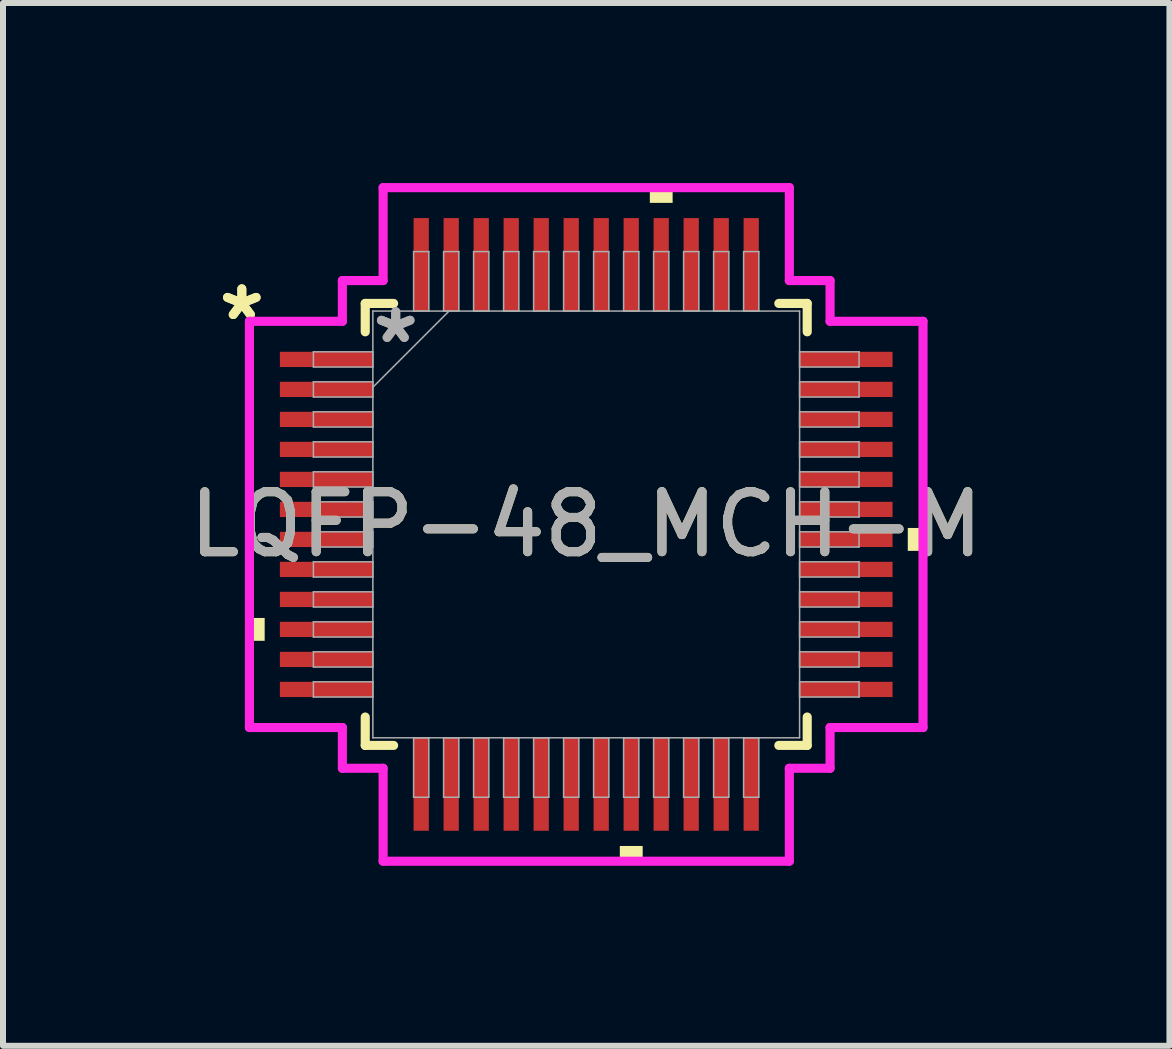
<source format=kicad_pcb>
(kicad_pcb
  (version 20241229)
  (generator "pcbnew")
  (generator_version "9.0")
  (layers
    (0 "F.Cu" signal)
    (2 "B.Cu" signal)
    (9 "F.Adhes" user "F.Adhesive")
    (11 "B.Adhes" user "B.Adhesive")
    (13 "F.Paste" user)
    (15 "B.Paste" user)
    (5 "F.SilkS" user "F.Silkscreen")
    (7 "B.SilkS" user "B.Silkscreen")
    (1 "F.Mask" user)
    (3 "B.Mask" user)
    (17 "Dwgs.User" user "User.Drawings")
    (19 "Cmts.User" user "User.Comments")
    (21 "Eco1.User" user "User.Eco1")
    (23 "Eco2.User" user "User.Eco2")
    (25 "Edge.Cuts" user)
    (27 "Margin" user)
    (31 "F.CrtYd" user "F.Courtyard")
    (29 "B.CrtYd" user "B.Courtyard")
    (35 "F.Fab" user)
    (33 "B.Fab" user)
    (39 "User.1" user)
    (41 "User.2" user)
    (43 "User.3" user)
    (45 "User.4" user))
  (footprint "LQFP-48_MCH-M"
    (layer "F.Cu")
    (at 6.72 5.69)
    (property "Reference" "LQFP-48_MCH-M" (at 0 0 0) (unlocked yes) (layer "F.SilkS") (effects (font (size 1 1) (thickness 0.15))))
    (attr smd)
    (fp_line (start -3.683 -3.683) (end -3.683 -3.21) (stroke (width 0.152) (type solid)) (layer "F.SilkS"))
    (fp_line (start -3.683 3.21) (end -3.683 3.683) (stroke (width 0.152) (type solid)) (layer "F.SilkS"))
    (fp_line (start -3.683 3.683) (end -3.21 3.683) (stroke (width 0.152) (type solid)) (layer "F.SilkS"))
    (fp_line (start -3.21 -3.683) (end -3.683 -3.683) (stroke (width 0.152) (type solid)) (layer "F.SilkS"))
    (fp_line (start 3.21 3.683) (end 3.683 3.683) (stroke (width 0.152) (type solid)) (layer "F.SilkS"))
    (fp_line (start 3.683 -3.683) (end 3.21 -3.683) (stroke (width 0.152) (type solid)) (layer "F.SilkS"))
    (fp_line (start 3.683 -3.21) (end 3.683 -3.683) (stroke (width 0.152) (type solid)) (layer "F.SilkS"))
    (fp_line (start 3.683 3.683) (end 3.683 3.21) (stroke (width 0.152) (type solid)) (layer "F.SilkS"))
    (fp_poly (pts (xy -5.613 1.559) (xy -5.613 1.94) (xy -5.359 1.94) (xy -5.359 1.559)) (stroke (width 0) (type solid)) (fill yes) (layer "F.SilkS"))
    (fp_poly (pts (xy 0.56 5.359) (xy 0.56 5.613) (xy 0.941 5.613) (xy 0.941 5.359)) (stroke (width 0) (type solid)) (fill yes) (layer "F.SilkS"))
    (fp_poly (pts (xy 1.06 -5.359) (xy 1.06 -5.613) (xy 1.44 -5.613) (xy 1.44 -5.359)) (stroke (width 0) (type solid)) (fill yes) (layer "F.SilkS"))
    (fp_poly (pts (xy 5.613 0.059) (xy 5.613 0.441) (xy 5.359 0.441) (xy 5.359 0.059)) (stroke (width 0) (type solid)) (fill yes) (layer "F.SilkS"))
    (fp_line (start -5.613 -3.385) (end -4.064 -3.385) (stroke (width 0.152) (type solid)) (layer "F.CrtYd"))
    (fp_line (start -5.613 3.385) (end -5.613 -3.385) (stroke (width 0.152) (type solid)) (layer "F.CrtYd"))
    (fp_line (start -4.064 -4.064) (end -3.385 -4.064) (stroke (width 0.152) (type solid)) (layer "F.CrtYd"))
    (fp_line (start -4.064 -3.385) (end -4.064 -4.064) (stroke (width 0.152) (type solid)) (layer "F.CrtYd"))
    (fp_line (start -4.064 3.385) (end -5.613 3.385) (stroke (width 0.152) (type solid)) (layer "F.CrtYd"))
    (fp_line (start -4.064 4.064) (end -4.064 3.385) (stroke (width 0.152) (type solid)) (layer "F.CrtYd"))
    (fp_line (start -4.064 4.064) (end -3.385 4.064) (stroke (width 0.152) (type solid)) (layer "F.CrtYd"))
    (fp_line (start -3.385 -5.613) (end 3.385 -5.613) (stroke (width 0.152) (type solid)) (layer "F.CrtYd"))
    (fp_line (start -3.385 -4.064) (end -3.385 -5.613) (stroke (width 0.152) (type solid)) (layer "F.CrtYd"))
    (fp_line (start -3.385 4.064) (end -3.385 5.613) (stroke (width 0.152) (type solid)) (layer "F.CrtYd"))
    (fp_line (start -3.385 5.613) (end 3.385 5.613) (stroke (width 0.152) (type solid)) (layer "F.CrtYd"))
    (fp_line (start 3.385 -5.613) (end 3.385 -4.064) (stroke (width 0.152) (type solid)) (layer "F.CrtYd"))
    (fp_line (start 3.385 -4.064) (end 4.064 -4.064) (stroke (width 0.152) (type solid)) (layer "F.CrtYd"))
    (fp_line (start 3.385 4.064) (end 4.064 4.064) (stroke (width 0.152) (type solid)) (layer "F.CrtYd"))
    (fp_line (start 3.385 5.613) (end 3.385 4.064) (stroke (width 0.152) (type solid)) (layer "F.CrtYd"))
    (fp_line (start 4.064 -3.385) (end 4.064 -4.064) (stroke (width 0.152) (type solid)) (layer "F.CrtYd"))
    (fp_line (start 4.064 3.385) (end 5.613 3.385) (stroke (width 0.152) (type solid)) (layer "F.CrtYd"))
    (fp_line (start 4.064 4.064) (end 4.064 3.385) (stroke (width 0.152) (type solid)) (layer "F.CrtYd"))
    (fp_line (start 5.613 -3.385) (end 4.064 -3.385) (stroke (width 0.152) (type solid)) (layer "F.CrtYd"))
    (fp_line (start 5.613 3.385) (end 5.613 -3.385) (stroke (width 0.152) (type solid)) (layer "F.CrtYd"))
    (fp_line (start -4.547 -2.877) (end -4.547 -2.623) (stroke (width 0.025) (type solid)) (layer "F.Fab"))
    (fp_line (start -4.547 -2.623) (end -3.556 -2.623) (stroke (width 0.025) (type solid)) (layer "F.Fab"))
    (fp_line (start -4.547 -2.377) (end -4.547 -2.123) (stroke (width 0.025) (type solid)) (layer "F.Fab"))
    (fp_line (start -4.547 -2.123) (end -3.556 -2.123) (stroke (width 0.025) (type solid)) (layer "F.Fab"))
    (fp_line (start -4.547 -1.877) (end -4.547 -1.623) (stroke (width 0.025) (type solid)) (layer "F.Fab"))
    (fp_line (start -4.547 -1.623) (end -3.556 -1.623) (stroke (width 0.025) (type solid)) (layer "F.Fab"))
    (fp_line (start -4.547 -1.377) (end -4.547 -1.123) (stroke (width 0.025) (type solid)) (layer "F.Fab"))
    (fp_line (start -4.547 -1.123) (end -3.556 -1.123) (stroke (width 0.025) (type solid)) (layer "F.Fab"))
    (fp_line (start -4.547 -0.877) (end -4.547 -0.623) (stroke (width 0.025) (type solid)) (layer "F.Fab"))
    (fp_line (start -4.547 -0.623) (end -3.556 -0.623) (stroke (width 0.025) (type solid)) (layer "F.Fab"))
    (fp_line (start -4.547 -0.377) (end -4.547 -0.123) (stroke (width 0.025) (type solid)) (layer "F.Fab"))
    (fp_line (start -4.547 -0.123) (end -3.556 -0.123) (stroke (width 0.025) (type solid)) (layer "F.Fab"))
    (fp_line (start -4.547 0.123) (end -4.547 0.377) (stroke (width 0.025) (type solid)) (layer "F.Fab"))
    (fp_line (start -4.547 0.377) (end -3.556 0.377) (stroke (width 0.025) (type solid)) (layer "F.Fab"))
    (fp_line (start -4.547 0.623) (end -4.547 0.877) (stroke (width 0.025) (type solid)) (layer "F.Fab"))
    (fp_line (start -4.547 0.877) (end -3.556 0.877) (stroke (width 0.025) (type solid)) (layer "F.Fab"))
    (fp_line (start -4.547 1.123) (end -4.547 1.377) (stroke (width 0.025) (type solid)) (layer "F.Fab"))
    (fp_line (start -4.547 1.377) (end -3.556 1.377) (stroke (width 0.025) (type solid)) (layer "F.Fab"))
    (fp_line (start -4.547 1.623) (end -4.547 1.877) (stroke (width 0.025) (type solid)) (layer "F.Fab"))
    (fp_line (start -4.547 1.877) (end -3.556 1.877) (stroke (width 0.025) (type solid)) (layer "F.Fab"))
    (fp_line (start -4.547 2.123) (end -4.547 2.377) (stroke (width 0.025) (type solid)) (layer "F.Fab"))
    (fp_line (start -4.547 2.377) (end -3.556 2.377) (stroke (width 0.025) (type solid)) (layer "F.Fab"))
    (fp_line (start -4.547 2.623) (end -4.547 2.877) (stroke (width 0.025) (type solid)) (layer "F.Fab"))
    (fp_line (start -4.547 2.877) (end -3.556 2.877) (stroke (width 0.025) (type solid)) (layer "F.Fab"))
    (fp_line (start -3.556 -3.556) (end -3.556 3.556) (stroke (width 0.025) (type solid)) (layer "F.Fab"))
    (fp_line (start -3.556 -2.877) (end -4.547 -2.877) (stroke (width 0.025) (type solid)) (layer "F.Fab"))
    (fp_line (start -3.556 -2.623) (end -3.556 -2.877) (stroke (width 0.025) (type solid)) (layer "F.Fab"))
    (fp_line (start -3.556 -2.377) (end -4.547 -2.377) (stroke (width 0.025) (type solid)) (layer "F.Fab"))
    (fp_line (start -3.556 -2.286) (end -2.286 -3.556) (stroke (width 0.025) (type solid)) (layer "F.Fab"))
    (fp_line (start -3.556 -2.123) (end -3.556 -2.377) (stroke (width 0.025) (type solid)) (layer "F.Fab"))
    (fp_line (start -3.556 -1.877) (end -4.547 -1.877) (stroke (width 0.025) (type solid)) (layer "F.Fab"))
    (fp_line (start -3.556 -1.623) (end -3.556 -1.877) (stroke (width 0.025) (type solid)) (layer "F.Fab"))
    (fp_line (start -3.556 -1.377) (end -4.547 -1.377) (stroke (width 0.025) (type solid)) (layer "F.Fab"))
    (fp_line (start -3.556 -1.123) (end -3.556 -1.377) (stroke (width 0.025) (type solid)) (layer "F.Fab"))
    (fp_line (start -3.556 -0.877) (end -4.547 -0.877) (stroke (width 0.025) (type solid)) (layer "F.Fab"))
    (fp_line (start -3.556 -0.623) (end -3.556 -0.877) (stroke (width 0.025) (type solid)) (layer "F.Fab"))
    (fp_line (start -3.556 -0.377) (end -4.547 -0.377) (stroke (width 0.025) (type solid)) (layer "F.Fab"))
    (fp_line (start -3.556 -0.123) (end -3.556 -0.377) (stroke (width 0.025) (type solid)) (layer "F.Fab"))
    (fp_line (start -3.556 0.123) (end -4.547 0.123) (stroke (width 0.025) (type solid)) (layer "F.Fab"))
    (fp_line (start -3.556 0.377) (end -3.556 0.123) (stroke (width 0.025) (type solid)) (layer "F.Fab"))
    (fp_line (start -3.556 0.623) (end -4.547 0.623) (stroke (width 0.025) (type solid)) (layer "F.Fab"))
    (fp_line (start -3.556 0.877) (end -3.556 0.623) (stroke (width 0.025) (type solid)) (layer "F.Fab"))
    (fp_line (start -3.556 1.123) (end -4.547 1.123) (stroke (width 0.025) (type solid)) (layer "F.Fab"))
    (fp_line (start -3.556 1.377) (end -3.556 1.123) (stroke (width 0.025) (type solid)) (layer "F.Fab"))
    (fp_line (start -3.556 1.623) (end -4.547 1.623) (stroke (width 0.025) (type solid)) (layer "F.Fab"))
    (fp_line (start -3.556 1.877) (end -3.556 1.623) (stroke (width 0.025) (type solid)) (layer "F.Fab"))
    (fp_line (start -3.556 2.123) (end -4.547 2.123) (stroke (width 0.025) (type solid)) (layer "F.Fab"))
    (fp_line (start -3.556 2.377) (end -3.556 2.123) (stroke (width 0.025) (type solid)) (layer "F.Fab"))
    (fp_line (start -3.556 2.623) (end -4.547 2.623) (stroke (width 0.025) (type solid)) (layer "F.Fab"))
    (fp_line (start -3.556 2.877) (end -3.556 2.623) (stroke (width 0.025) (type solid)) (layer "F.Fab"))
    (fp_line (start -3.556 3.556) (end 3.556 3.556) (stroke (width 0.025) (type solid)) (layer "F.Fab"))
    (fp_line (start -2.877 -4.547) (end -2.877 -3.556) (stroke (width 0.025) (type solid)) (layer "F.Fab"))
    (fp_line (start -2.877 -3.556) (end -2.623 -3.556) (stroke (width 0.025) (type solid)) (layer "F.Fab"))
    (fp_line (start -2.877 3.556) (end -2.877 4.547) (stroke (width 0.025) (type solid)) (layer "F.Fab"))
    (fp_line (start -2.877 4.547) (end -2.623 4.547) (stroke (width 0.025) (type solid)) (layer "F.Fab"))
    (fp_line (start -2.623 -4.547) (end -2.877 -4.547) (stroke (width 0.025) (type solid)) (layer "F.Fab"))
    (fp_line (start -2.623 -3.556) (end -2.623 -4.547) (stroke (width 0.025) (type solid)) (layer "F.Fab"))
    (fp_line (start -2.623 3.556) (end -2.877 3.556) (stroke (width 0.025) (type solid)) (layer "F.Fab"))
    (fp_line (start -2.623 4.547) (end -2.623 3.556) (stroke (width 0.025) (type solid)) (layer "F.Fab"))
    (fp_line (start -2.377 -4.547) (end -2.377 -3.556) (stroke (width 0.025) (type solid)) (layer "F.Fab"))
    (fp_line (start -2.377 -3.556) (end -2.123 -3.556) (stroke (width 0.025) (type solid)) (layer "F.Fab"))
    (fp_line (start -2.377 3.556) (end -2.377 4.547) (stroke (width 0.025) (type solid)) (layer "F.Fab"))
    (fp_line (start -2.377 4.547) (end -2.123 4.547) (stroke (width 0.025) (type solid)) (layer "F.Fab"))
    (fp_line (start -2.123 -4.547) (end -2.377 -4.547) (stroke (width 0.025) (type solid)) (layer "F.Fab"))
    (fp_line (start -2.123 -3.556) (end -2.123 -4.547) (stroke (width 0.025) (type solid)) (layer "F.Fab"))
    (fp_line (start -2.123 3.556) (end -2.377 3.556) (stroke (width 0.025) (type solid)) (layer "F.Fab"))
    (fp_line (start -2.123 4.547) (end -2.123 3.556) (stroke (width 0.025) (type solid)) (layer "F.Fab"))
    (fp_line (start -1.877 -4.547) (end -1.877 -3.556) (stroke (width 0.025) (type solid)) (layer "F.Fab"))
    (fp_line (start -1.877 -3.556) (end -1.623 -3.556) (stroke (width 0.025) (type solid)) (layer "F.Fab"))
    (fp_line (start -1.877 3.556) (end -1.877 4.547) (stroke (width 0.025) (type solid)) (layer "F.Fab"))
    (fp_line (start -1.877 4.547) (end -1.623 4.547) (stroke (width 0.025) (type solid)) (layer "F.Fab"))
    (fp_line (start -1.623 -4.547) (end -1.877 -4.547) (stroke (width 0.025) (type solid)) (layer "F.Fab"))
    (fp_line (start -1.623 -3.556) (end -1.623 -4.547) (stroke (width 0.025) (type solid)) (layer "F.Fab"))
    (fp_line (start -1.623 3.556) (end -1.877 3.556) (stroke (width 0.025) (type solid)) (layer "F.Fab"))
    (fp_line (start -1.623 4.547) (end -1.623 3.556) (stroke (width 0.025) (type solid)) (layer "F.Fab"))
    (fp_line (start -1.377 -4.547) (end -1.377 -3.556) (stroke (width 0.025) (type solid)) (layer "F.Fab"))
    (fp_line (start -1.377 -3.556) (end -1.123 -3.556) (stroke (width 0.025) (type solid)) (layer "F.Fab"))
    (fp_line (start -1.377 3.556) (end -1.377 4.547) (stroke (width 0.025) (type solid)) (layer "F.Fab"))
    (fp_line (start -1.377 4.547) (end -1.123 4.547) (stroke (width 0.025) (type solid)) (layer "F.Fab"))
    (fp_line (start -1.123 -4.547) (end -1.377 -4.547) (stroke (width 0.025) (type solid)) (layer "F.Fab"))
    (fp_line (start -1.123 -3.556) (end -1.123 -4.547) (stroke (width 0.025) (type solid)) (layer "F.Fab"))
    (fp_line (start -1.123 3.556) (end -1.377 3.556) (stroke (width 0.025) (type solid)) (layer "F.Fab"))
    (fp_line (start -1.123 4.547) (end -1.123 3.556) (stroke (width 0.025) (type solid)) (layer "F.Fab"))
    (fp_line (start -0.877 -4.547) (end -0.877 -3.556) (stroke (width 0.025) (type solid)) (layer "F.Fab"))
    (fp_line (start -0.877 -3.556) (end -0.623 -3.556) (stroke (width 0.025) (type solid)) (layer "F.Fab"))
    (fp_line (start -0.877 3.556) (end -0.877 4.547) (stroke (width 0.025) (type solid)) (layer "F.Fab"))
    (fp_line (start -0.877 4.547) (end -0.623 4.547) (stroke (width 0.025) (type solid)) (layer "F.Fab"))
    (fp_line (start -0.623 -4.547) (end -0.877 -4.547) (stroke (width 0.025) (type solid)) (layer "F.Fab"))
    (fp_line (start -0.623 -3.556) (end -0.623 -4.547) (stroke (width 0.025) (type solid)) (layer "F.Fab"))
    (fp_line (start -0.623 3.556) (end -0.877 3.556) (stroke (width 0.025) (type solid)) (layer "F.Fab"))
    (fp_line (start -0.623 4.547) (end -0.623 3.556) (stroke (width 0.025) (type solid)) (layer "F.Fab"))
    (fp_line (start -0.377 -4.547) (end -0.377 -3.556) (stroke (width 0.025) (type solid)) (layer "F.Fab"))
    (fp_line (start -0.377 -3.556) (end -0.123 -3.556) (stroke (width 0.025) (type solid)) (layer "F.Fab"))
    (fp_line (start -0.377 3.556) (end -0.377 4.547) (stroke (width 0.025) (type solid)) (layer "F.Fab"))
    (fp_line (start -0.377 4.547) (end -0.123 4.547) (stroke (width 0.025) (type solid)) (layer "F.Fab"))
    (fp_line (start -0.123 -4.547) (end -0.377 -4.547) (stroke (width 0.025) (type solid)) (layer "F.Fab"))
    (fp_line (start -0.123 -3.556) (end -0.123 -4.547) (stroke (width 0.025) (type solid)) (layer "F.Fab"))
    (fp_line (start -0.123 3.556) (end -0.377 3.556) (stroke (width 0.025) (type solid)) (layer "F.Fab"))
    (fp_line (start -0.123 4.547) (end -0.123 3.556) (stroke (width 0.025) (type solid)) (layer "F.Fab"))
    (fp_line (start 0.123 -4.547) (end 0.123 -3.556) (stroke (width 0.025) (type solid)) (layer "F.Fab"))
    (fp_line (start 0.123 -3.556) (end 0.377 -3.556) (stroke (width 0.025) (type solid)) (layer "F.Fab"))
    (fp_line (start 0.123 3.556) (end 0.123 4.547) (stroke (width 0.025) (type solid)) (layer "F.Fab"))
    (fp_line (start 0.123 4.547) (end 0.377 4.547) (stroke (width 0.025) (type solid)) (layer "F.Fab"))
    (fp_line (start 0.377 -4.547) (end 0.123 -4.547) (stroke (width 0.025) (type solid)) (layer "F.Fab"))
    (fp_line (start 0.377 -3.556) (end 0.377 -4.547) (stroke (width 0.025) (type solid)) (layer "F.Fab"))
    (fp_line (start 0.377 3.556) (end 0.123 3.556) (stroke (width 0.025) (type solid)) (layer "F.Fab"))
    (fp_line (start 0.377 4.547) (end 0.377 3.556) (stroke (width 0.025) (type solid)) (layer "F.Fab"))
    (fp_line (start 0.623 -4.547) (end 0.623 -3.556) (stroke (width 0.025) (type solid)) (layer "F.Fab"))
    (fp_line (start 0.623 -3.556) (end 0.877 -3.556) (stroke (width 0.025) (type solid)) (layer "F.Fab"))
    (fp_line (start 0.623 3.556) (end 0.623 4.547) (stroke (width 0.025) (type solid)) (layer "F.Fab"))
    (fp_line (start 0.623 4.547) (end 0.877 4.547) (stroke (width 0.025) (type solid)) (layer "F.Fab"))
    (fp_line (start 0.877 -4.547) (end 0.623 -4.547) (stroke (width 0.025) (type solid)) (layer "F.Fab"))
    (fp_line (start 0.877 -3.556) (end 0.877 -4.547) (stroke (width 0.025) (type solid)) (layer "F.Fab"))
    (fp_line (start 0.877 3.556) (end 0.623 3.556) (stroke (width 0.025) (type solid)) (layer "F.Fab"))
    (fp_line (start 0.877 4.547) (end 0.877 3.556) (stroke (width 0.025) (type solid)) (layer "F.Fab"))
    (fp_line (start 1.123 -4.547) (end 1.123 -3.556) (stroke (width 0.025) (type solid)) (layer "F.Fab"))
    (fp_line (start 1.123 -3.556) (end 1.377 -3.556) (stroke (width 0.025) (type solid)) (layer "F.Fab"))
    (fp_line (start 1.123 3.556) (end 1.123 4.547) (stroke (width 0.025) (type solid)) (layer "F.Fab"))
    (fp_line (start 1.123 4.547) (end 1.377 4.547) (stroke (width 0.025) (type solid)) (layer "F.Fab"))
    (fp_line (start 1.377 -4.547) (end 1.123 -4.547) (stroke (width 0.025) (type solid)) (layer "F.Fab"))
    (fp_line (start 1.377 -3.556) (end 1.377 -4.547) (stroke (width 0.025) (type solid)) (layer "F.Fab"))
    (fp_line (start 1.377 3.556) (end 1.123 3.556) (stroke (width 0.025) (type solid)) (layer "F.Fab"))
    (fp_line (start 1.377 4.547) (end 1.377 3.556) (stroke (width 0.025) (type solid)) (layer "F.Fab"))
    (fp_line (start 1.623 -4.547) (end 1.623 -3.556) (stroke (width 0.025) (type solid)) (layer "F.Fab"))
    (fp_line (start 1.623 -3.556) (end 1.877 -3.556) (stroke (width 0.025) (type solid)) (layer "F.Fab"))
    (fp_line (start 1.623 3.556) (end 1.623 4.547) (stroke (width 0.025) (type solid)) (layer "F.Fab"))
    (fp_line (start 1.623 4.547) (end 1.877 4.547) (stroke (width 0.025) (type solid)) (layer "F.Fab"))
    (fp_line (start 1.877 -4.547) (end 1.623 -4.547) (stroke (width 0.025) (type solid)) (layer "F.Fab"))
    (fp_line (start 1.877 -3.556) (end 1.877 -4.547) (stroke (width 0.025) (type solid)) (layer "F.Fab"))
    (fp_line (start 1.877 3.556) (end 1.623 3.556) (stroke (width 0.025) (type solid)) (layer "F.Fab"))
    (fp_line (start 1.877 4.547) (end 1.877 3.556) (stroke (width 0.025) (type solid)) (layer "F.Fab"))
    (fp_line (start 2.123 -4.547) (end 2.123 -3.556) (stroke (width 0.025) (type solid)) (layer "F.Fab"))
    (fp_line (start 2.123 -3.556) (end 2.377 -3.556) (stroke (width 0.025) (type solid)) (layer "F.Fab"))
    (fp_line (start 2.123 3.556) (end 2.123 4.547) (stroke (width 0.025) (type solid)) (layer "F.Fab"))
    (fp_line (start 2.123 4.547) (end 2.377 4.547) (stroke (width 0.025) (type solid)) (layer "F.Fab"))
    (fp_line (start 2.377 -4.547) (end 2.123 -4.547) (stroke (width 0.025) (type solid)) (layer "F.Fab"))
    (fp_line (start 2.377 -3.556) (end 2.377 -4.547) (stroke (width 0.025) (type solid)) (layer "F.Fab"))
    (fp_line (start 2.377 3.556) (end 2.123 3.556) (stroke (width 0.025) (type solid)) (layer "F.Fab"))
    (fp_line (start 2.377 4.547) (end 2.377 3.556) (stroke (width 0.025) (type solid)) (layer "F.Fab"))
    (fp_line (start 2.623 -4.547) (end 2.623 -3.556) (stroke (width 0.025) (type solid)) (layer "F.Fab"))
    (fp_line (start 2.623 -3.556) (end 2.877 -3.556) (stroke (width 0.025) (type solid)) (layer "F.Fab"))
    (fp_line (start 2.623 3.556) (end 2.623 4.547) (stroke (width 0.025) (type solid)) (layer "F.Fab"))
    (fp_line (start 2.623 4.547) (end 2.877 4.547) (stroke (width 0.025) (type solid)) (layer "F.Fab"))
    (fp_line (start 2.877 -4.547) (end 2.623 -4.547) (stroke (width 0.025) (type solid)) (layer "F.Fab"))
    (fp_line (start 2.877 -3.556) (end 2.877 -4.547) (stroke (width 0.025) (type solid)) (layer "F.Fab"))
    (fp_line (start 2.877 3.556) (end 2.623 3.556) (stroke (width 0.025) (type solid)) (layer "F.Fab"))
    (fp_line (start 2.877 4.547) (end 2.877 3.556) (stroke (width 0.025) (type solid)) (layer "F.Fab"))
    (fp_line (start 3.556 -3.556) (end -3.556 -3.556) (stroke (width 0.025) (type solid)) (layer "F.Fab"))
    (fp_line (start 3.556 -2.877) (end 3.556 -2.623) (stroke (width 0.025) (type solid)) (layer "F.Fab"))
    (fp_line (start 3.556 -2.623) (end 4.547 -2.623) (stroke (width 0.025) (type solid)) (layer "F.Fab"))
    (fp_line (start 3.556 -2.377) (end 3.556 -2.123) (stroke (width 0.025) (type solid)) (layer "F.Fab"))
    (fp_line (start 3.556 -2.123) (end 4.547 -2.123) (stroke (width 0.025) (type solid)) (layer "F.Fab"))
    (fp_line (start 3.556 -1.877) (end 3.556 -1.623) (stroke (width 0.025) (type solid)) (layer "F.Fab"))
    (fp_line (start 3.556 -1.623) (end 4.547 -1.623) (stroke (width 0.025) (type solid)) (layer "F.Fab"))
    (fp_line (start 3.556 -1.377) (end 3.556 -1.123) (stroke (width 0.025) (type solid)) (layer "F.Fab"))
    (fp_line (start 3.556 -1.123) (end 4.547 -1.123) (stroke (width 0.025) (type solid)) (layer "F.Fab"))
    (fp_line (start 3.556 -0.877) (end 3.556 -0.623) (stroke (width 0.025) (type solid)) (layer "F.Fab"))
    (fp_line (start 3.556 -0.623) (end 4.547 -0.623) (stroke (width 0.025) (type solid)) (layer "F.Fab"))
    (fp_line (start 3.556 -0.377) (end 3.556 -0.123) (stroke (width 0.025) (type solid)) (layer "F.Fab"))
    (fp_line (start 3.556 -0.123) (end 4.547 -0.123) (stroke (width 0.025) (type solid)) (layer "F.Fab"))
    (fp_line (start 3.556 0.123) (end 3.556 0.377) (stroke (width 0.025) (type solid)) (layer "F.Fab"))
    (fp_line (start 3.556 0.377) (end 4.547 0.377) (stroke (width 0.025) (type solid)) (layer "F.Fab"))
    (fp_line (start 3.556 0.623) (end 3.556 0.877) (stroke (width 0.025) (type solid)) (layer "F.Fab"))
    (fp_line (start 3.556 0.877) (end 4.547 0.877) (stroke (width 0.025) (type solid)) (layer "F.Fab"))
    (fp_line (start 3.556 1.123) (end 3.556 1.377) (stroke (width 0.025) (type solid)) (layer "F.Fab"))
    (fp_line (start 3.556 1.377) (end 4.547 1.377) (stroke (width 0.025) (type solid)) (layer "F.Fab"))
    (fp_line (start 3.556 1.623) (end 3.556 1.877) (stroke (width 0.025) (type solid)) (layer "F.Fab"))
    (fp_line (start 3.556 1.877) (end 4.547 1.877) (stroke (width 0.025) (type solid)) (layer "F.Fab"))
    (fp_line (start 3.556 2.123) (end 3.556 2.377) (stroke (width 0.025) (type solid)) (layer "F.Fab"))
    (fp_line (start 3.556 2.377) (end 4.547 2.377) (stroke (width 0.025) (type solid)) (layer "F.Fab"))
    (fp_line (start 3.556 2.623) (end 3.556 2.877) (stroke (width 0.025) (type solid)) (layer "F.Fab"))
    (fp_line (start 3.556 2.877) (end 4.547 2.877) (stroke (width 0.025) (type solid)) (layer "F.Fab"))
    (fp_line (start 3.556 3.556) (end 3.556 -3.556) (stroke (width 0.025) (type solid)) (layer "F.Fab"))
    (fp_line (start 4.547 -2.877) (end 3.556 -2.877) (stroke (width 0.025) (type solid)) (layer "F.Fab"))
    (fp_line (start 4.547 -2.623) (end 4.547 -2.877) (stroke (width 0.025) (type solid)) (layer "F.Fab"))
    (fp_line (start 4.547 -2.377) (end 3.556 -2.377) (stroke (width 0.025) (type solid)) (layer "F.Fab"))
    (fp_line (start 4.547 -2.123) (end 4.547 -2.377) (stroke (width 0.025) (type solid)) (layer "F.Fab"))
    (fp_line (start 4.547 -1.877) (end 3.556 -1.877) (stroke (width 0.025) (type solid)) (layer "F.Fab"))
    (fp_line (start 4.547 -1.623) (end 4.547 -1.877) (stroke (width 0.025) (type solid)) (layer "F.Fab"))
    (fp_line (start 4.547 -1.377) (end 3.556 -1.377) (stroke (width 0.025) (type solid)) (layer "F.Fab"))
    (fp_line (start 4.547 -1.123) (end 4.547 -1.377) (stroke (width 0.025) (type solid)) (layer "F.Fab"))
    (fp_line (start 4.547 -0.877) (end 3.556 -0.877) (stroke (width 0.025) (type solid)) (layer "F.Fab"))
    (fp_line (start 4.547 -0.623) (end 4.547 -0.877) (stroke (width 0.025) (type solid)) (layer "F.Fab"))
    (fp_line (start 4.547 -0.377) (end 3.556 -0.377) (stroke (width 0.025) (type solid)) (layer "F.Fab"))
    (fp_line (start 4.547 -0.123) (end 4.547 -0.377) (stroke (width 0.025) (type solid)) (layer "F.Fab"))
    (fp_line (start 4.547 0.123) (end 3.556 0.123) (stroke (width 0.025) (type solid)) (layer "F.Fab"))
    (fp_line (start 4.547 0.377) (end 4.547 0.123) (stroke (width 0.025) (type solid)) (layer "F.Fab"))
    (fp_line (start 4.547 0.623) (end 3.556 0.623) (stroke (width 0.025) (type solid)) (layer "F.Fab"))
    (fp_line (start 4.547 0.877) (end 4.547 0.623) (stroke (width 0.025) (type solid)) (layer "F.Fab"))
    (fp_line (start 4.547 1.123) (end 3.556 1.123) (stroke (width 0.025) (type solid)) (layer "F.Fab"))
    (fp_line (start 4.547 1.377) (end 4.547 1.123) (stroke (width 0.025) (type solid)) (layer "F.Fab"))
    (fp_line (start 4.547 1.623) (end 3.556 1.623) (stroke (width 0.025) (type solid)) (layer "F.Fab"))
    (fp_line (start 4.547 1.877) (end 4.547 1.623) (stroke (width 0.025) (type solid)) (layer "F.Fab"))
    (fp_line (start 4.547 2.123) (end 3.556 2.123) (stroke (width 0.025) (type solid)) (layer "F.Fab"))
    (fp_line (start 4.547 2.377) (end 4.547 2.123) (stroke (width 0.025) (type solid)) (layer "F.Fab"))
    (fp_line (start 4.547 2.623) (end 3.556 2.623) (stroke (width 0.025) (type solid)) (layer "F.Fab"))
    (fp_line (start 4.547 2.877) (end 4.547 2.623) (stroke (width 0.025) (type solid)) (layer "F.Fab"))
    (fp_text user "*" (at -5.74 -3.381 0) (unlocked yes) (layer "F.SilkS") (effects (font (size 1 1) (thickness 0.15))))
    (fp_text user "*" (at -5.74 -3.381 0) (layer "F.SilkS") (effects (font (size 1 1) (thickness 0.15))))
    (fp_text user "*" (at -3.175 -3 0) (unlocked yes) (layer "F.Fab") (effects (font (size 1 1) (thickness 0.15))))
    (fp_text user "*" (at -3.175 -3 0) (layer "F.Fab") (effects (font (size 1 1) (thickness 0.15))))
    (fp_text user "${REFERENCE}" (at 0 0 0) (unlocked yes) (layer "F.Fab") (effects (font (size 1 1) (thickness 0.15))))
    (pad "1" smd rect (at -4.331 -2.75 90) (size 0.254 1.549) (layers "F.Cu" "F.Mask" "F.Paste"))
    (pad "2" smd rect (at -4.331 -2.25 90) (size 0.254 1.549) (layers "F.Cu" "F.Mask" "F.Paste"))
    (pad "3" smd rect (at -4.331 -1.75 90) (size 0.254 1.549) (layers "F.Cu" "F.Mask" "F.Paste"))
    (pad "4" smd rect (at -4.331 -1.25 90) (size 0.254 1.549) (layers "F.Cu" "F.Mask" "F.Paste"))
    (pad "5" smd rect (at -4.331 -0.75 90) (size 0.254 1.549) (layers "F.Cu" "F.Mask" "F.Paste"))
    (pad "6" smd rect (at -4.331 -0.25 90) (size 0.254 1.549) (layers "F.Cu" "F.Mask" "F.Paste"))
    (pad "7" smd rect (at -4.331 0.25 90) (size 0.254 1.549) (layers "F.Cu" "F.Mask" "F.Paste"))
    (pad "8" smd rect (at -4.331 0.75 90) (size 0.254 1.549) (layers "F.Cu" "F.Mask" "F.Paste"))
    (pad "9" smd rect (at -4.331 1.25 90) (size 0.254 1.549) (layers "F.Cu" "F.Mask" "F.Paste"))
    (pad "10" smd rect (at -4.331 1.75 90) (size 0.254 1.549) (layers "F.Cu" "F.Mask" "F.Paste"))
    (pad "11" smd rect (at -4.331 2.25 90) (size 0.254 1.549) (layers "F.Cu" "F.Mask" "F.Paste"))
    (pad "12" smd rect (at -4.331 2.75 90) (size 0.254 1.549) (layers "F.Cu" "F.Mask" "F.Paste"))
    (pad "13" smd rect (at -2.75 4.331) (size 0.254 1.549) (layers "F.Cu" "F.Mask" "F.Paste"))
    (pad "14" smd rect (at -2.25 4.331) (size 0.254 1.549) (layers "F.Cu" "F.Mask" "F.Paste"))
    (pad "15" smd rect (at -1.75 4.331) (size 0.254 1.549) (layers "F.Cu" "F.Mask" "F.Paste"))
    (pad "16" smd rect (at -1.25 4.331) (size 0.254 1.549) (layers "F.Cu" "F.Mask" "F.Paste"))
    (pad "17" smd rect (at -0.75 4.331) (size 0.254 1.549) (layers "F.Cu" "F.Mask" "F.Paste"))
    (pad "18" smd rect (at -0.25 4.331) (size 0.254 1.549) (layers "F.Cu" "F.Mask" "F.Paste"))
    (pad "19" smd rect (at 0.25 4.331) (size 0.254 1.549) (layers "F.Cu" "F.Mask" "F.Paste"))
    (pad "20" smd rect (at 0.75 4.331) (size 0.254 1.549) (layers "F.Cu" "F.Mask" "F.Paste"))
    (pad "21" smd rect (at 1.25 4.331) (size 0.254 1.549) (layers "F.Cu" "F.Mask" "F.Paste"))
    (pad "22" smd rect (at 1.75 4.331) (size 0.254 1.549) (layers "F.Cu" "F.Mask" "F.Paste"))
    (pad "23" smd rect (at 2.25 4.331) (size 0.254 1.549) (layers "F.Cu" "F.Mask" "F.Paste"))
    (pad "24" smd rect (at 2.75 4.331) (size 0.254 1.549) (layers "F.Cu" "F.Mask" "F.Paste"))
    (pad "25" smd rect (at 4.331 2.75 90) (size 0.254 1.549) (layers "F.Cu" "F.Mask" "F.Paste"))
    (pad "26" smd rect (at 4.331 2.25 90) (size 0.254 1.549) (layers "F.Cu" "F.Mask" "F.Paste"))
    (pad "27" smd rect (at 4.331 1.75 90) (size 0.254 1.549) (layers "F.Cu" "F.Mask" "F.Paste"))
    (pad "28" smd rect (at 4.331 1.25 90) (size 0.254 1.549) (layers "F.Cu" "F.Mask" "F.Paste"))
    (pad "29" smd rect (at 4.331 0.75 90) (size 0.254 1.549) (layers "F.Cu" "F.Mask" "F.Paste"))
    (pad "30" smd rect (at 4.331 0.25 90) (size 0.254 1.549) (layers "F.Cu" "F.Mask" "F.Paste"))
    (pad "31" smd rect (at 4.331 -0.25 90) (size 0.254 1.549) (layers "F.Cu" "F.Mask" "F.Paste"))
    (pad "32" smd rect (at 4.331 -0.75 90) (size 0.254 1.549) (layers "F.Cu" "F.Mask" "F.Paste"))
    (pad "33" smd rect (at 4.331 -1.25 90) (size 0.254 1.549) (layers "F.Cu" "F.Mask" "F.Paste"))
    (pad "34" smd rect (at 4.331 -1.75 90) (size 0.254 1.549) (layers "F.Cu" "F.Mask" "F.Paste"))
    (pad "35" smd rect (at 4.331 -2.25 90) (size 0.254 1.549) (layers "F.Cu" "F.Mask" "F.Paste"))
    (pad "36" smd rect (at 4.331 -2.75 90) (size 0.254 1.549) (layers "F.Cu" "F.Mask" "F.Paste"))
    (pad "37" smd rect (at 2.75 -4.331) (size 0.254 1.549) (layers "F.Cu" "F.Mask" "F.Paste"))
    (pad "38" smd rect (at 2.25 -4.331) (size 0.254 1.549) (layers "F.Cu" "F.Mask" "F.Paste"))
    (pad "39" smd rect (at 1.75 -4.331) (size 0.254 1.549) (layers "F.Cu" "F.Mask" "F.Paste"))
    (pad "40" smd rect (at 1.25 -4.331) (size 0.254 1.549) (layers "F.Cu" "F.Mask" "F.Paste"))
    (pad "41" smd rect (at 0.75 -4.331) (size 0.254 1.549) (layers "F.Cu" "F.Mask" "F.Paste"))
    (pad "42" smd rect (at 0.25 -4.331) (size 0.254 1.549) (layers "F.Cu" "F.Mask" "F.Paste"))
    (pad "43" smd rect (at -0.25 -4.331) (size 0.254 1.549) (layers "F.Cu" "F.Mask" "F.Paste"))
    (pad "44" smd rect (at -0.75 -4.331) (size 0.254 1.549) (layers "F.Cu" "F.Mask" "F.Paste"))
    (pad "45" smd rect (at -1.25 -4.331) (size 0.254 1.549) (layers "F.Cu" "F.Mask" "F.Paste"))
    (pad "46" smd rect (at -1.75 -4.331) (size 0.254 1.549) (layers "F.Cu" "F.Mask" "F.Paste"))
    (pad "47" smd rect (at -2.25 -4.331) (size 0.254 1.549) (layers "F.Cu" "F.Mask" "F.Paste"))
    (pad "48" smd rect (at -2.75 -4.331) (size 0.254 1.549) (layers "F.Cu" "F.Mask" "F.Paste")))
  (gr_rect
    (start -3 -3)
    (end 16.44 14.379)
    (stroke (width 0.1) (type default))
    (fill no)
    (layer "Edge.Cuts")))
</source>
